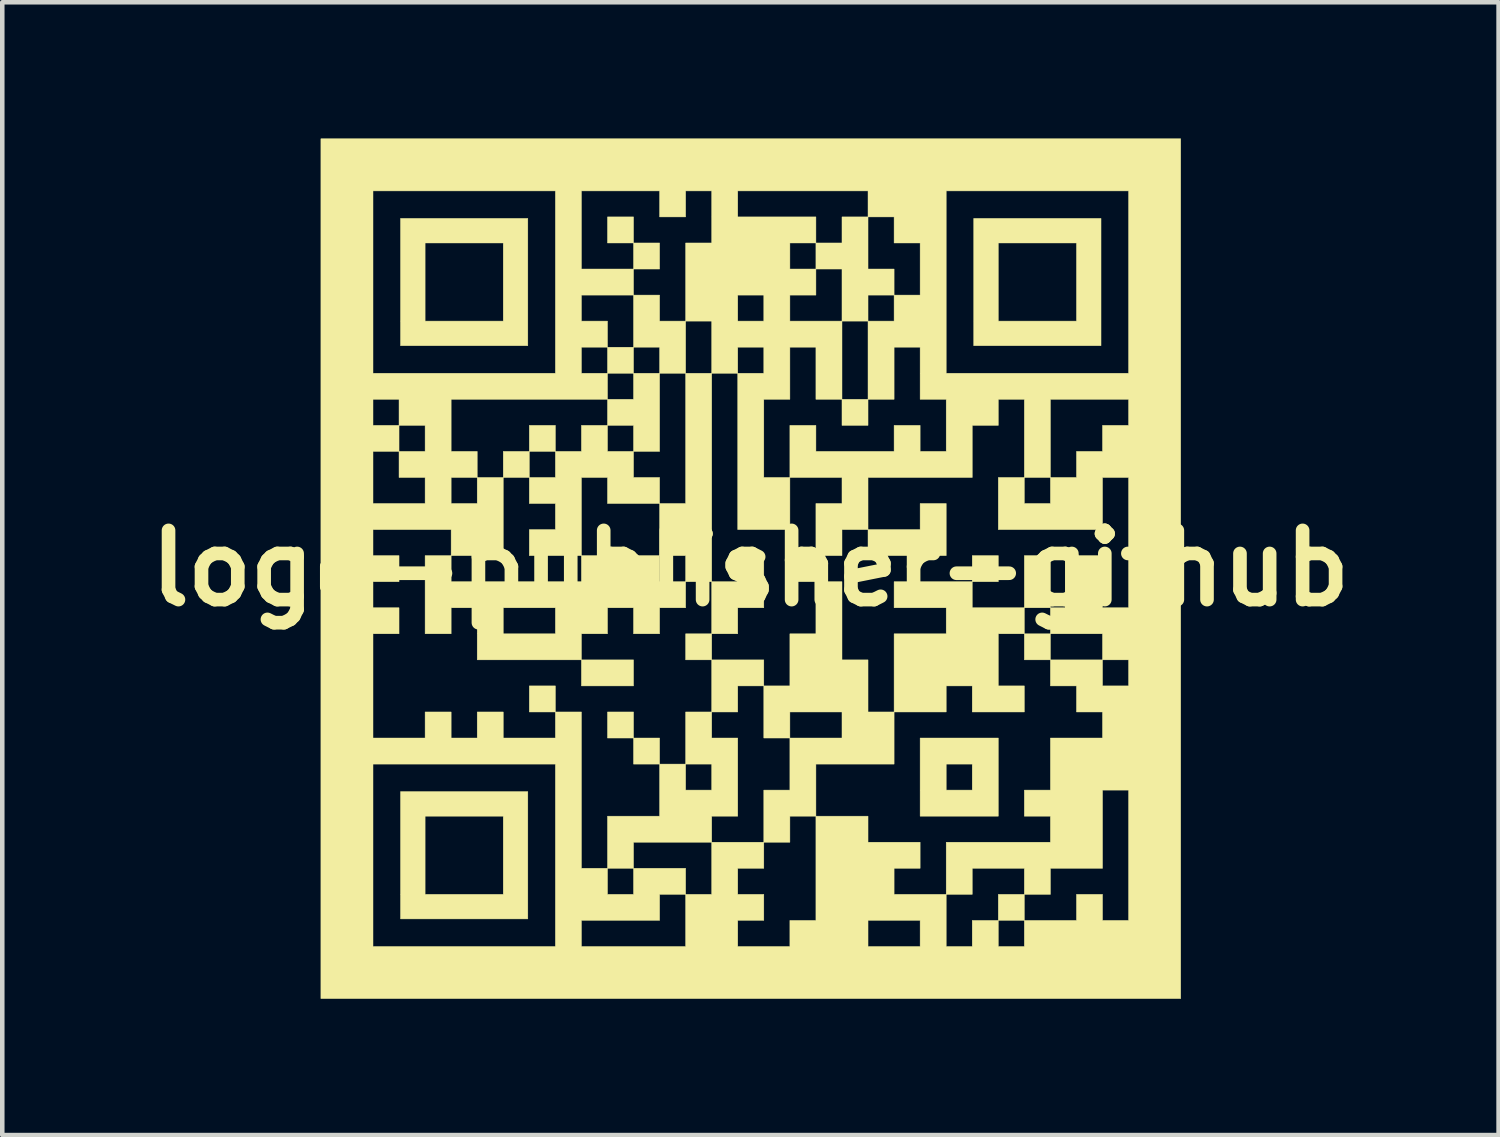
<source format=kicad_pcb>
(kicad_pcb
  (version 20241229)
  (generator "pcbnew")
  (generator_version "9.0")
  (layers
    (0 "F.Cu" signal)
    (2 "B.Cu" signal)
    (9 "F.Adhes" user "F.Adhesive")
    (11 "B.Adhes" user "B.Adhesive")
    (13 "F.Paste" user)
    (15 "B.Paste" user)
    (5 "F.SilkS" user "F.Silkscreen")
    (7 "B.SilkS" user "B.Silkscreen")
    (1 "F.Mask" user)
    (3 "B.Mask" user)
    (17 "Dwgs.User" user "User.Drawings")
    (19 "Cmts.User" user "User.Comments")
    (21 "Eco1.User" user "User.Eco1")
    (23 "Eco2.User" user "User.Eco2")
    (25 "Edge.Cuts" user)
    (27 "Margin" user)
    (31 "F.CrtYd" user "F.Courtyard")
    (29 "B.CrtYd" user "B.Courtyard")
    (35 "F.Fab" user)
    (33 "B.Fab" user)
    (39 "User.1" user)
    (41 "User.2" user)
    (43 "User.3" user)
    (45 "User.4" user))
  (footprint "logo-publisher-github"
    (layer "F.Cu")
    (at 13.469 9.46)
    (property "Reference" "logo-publisher-github" (at 0 0 0) (layer "F.SilkS") (effects (font (size 1.524 1.524) (thickness 0.3))))
    (attr through_hole)
    (fp_poly (pts (xy -4.293 3.163) (xy -4.867 3.163) (xy -4.867 2.589) (xy -4.293 2.589) (xy -4.293 3.163)) (stroke (width 0.01) (type solid)) (fill yes) (layer "F.SilkS"))
    (fp_poly (pts (xy -2.573 -7.161) (xy -3.146 -7.161) (xy -3.146 -7.735) (xy -2.573 -7.735) (xy -2.573 -7.161)) (stroke (width 0.01) (type solid)) (fill yes) (layer "F.SilkS"))
    (fp_poly (pts (xy -2.573 2.589) (xy -3.72 2.589) (xy -3.72 2.016) (xy -2.573 2.016) (xy -2.573 2.589)) (stroke (width 0.01) (type solid)) (fill yes) (layer "F.SilkS"))
    (fp_poly (pts (xy -2.573 3.736) (xy -3.146 3.736) (xy -3.146 3.163) (xy -2.573 3.163) (xy -2.573 3.736)) (stroke (width 0.01) (type solid)) (fill yes) (layer "F.SilkS"))
    (fp_poly (pts (xy -1.999 -6.588) (xy -2.573 -6.588) (xy -2.573 -7.161) (xy -1.999 -7.161) (xy -1.999 -6.588)) (stroke (width 0.01) (type solid)) (fill yes) (layer "F.SilkS"))
    (fp_poly (pts (xy -1.999 4.31) (xy -2.573 4.31) (xy -2.573 3.736) (xy -1.999 3.736) (xy -1.999 4.31)) (stroke (width 0.01) (type solid)) (fill yes) (layer "F.SilkS"))
    (fp_poly (pts (xy -0.852 2.016) (xy -1.426 2.016) (xy -1.426 1.442) (xy -0.852 1.442) (xy -0.852 2.016)) (stroke (width 0.01) (type solid)) (fill yes) (layer "F.SilkS"))
    (fp_poly (pts (xy 1.442 0.295) (xy 0.869 0.295) (xy 0.869 -0.279) (xy 1.442 -0.279) (xy 1.442 0.295)) (stroke (width 0.01) (type solid)) (fill yes) (layer "F.SilkS"))
    (fp_poly (pts (xy 2.589 -3.146) (xy 2.016 -3.146) (xy 2.016 -3.72) (xy 2.589 -3.72) (xy 2.589 -3.146)) (stroke (width 0.01) (type solid)) (fill yes) (layer "F.SilkS"))
    (fp_poly (pts (xy 5.457 0.295) (xy 4.883 0.295) (xy 4.883 -0.279) (xy 5.457 -0.279) (xy 5.457 0.295)) (stroke (width 0.01) (type solid)) (fill yes) (layer "F.SilkS"))
    (fp_poly (pts (xy 6.03 7.751) (xy 5.457 7.751) (xy 5.457 7.178) (xy 6.03 7.178) (xy 6.03 7.751)) (stroke (width 0.01) (type solid)) (fill yes) (layer "F.SilkS"))
    (fp_poly (pts (xy 6.604 0.869) (xy 6.03 0.869) (xy 6.03 -0.279) (xy 6.604 -0.279) (xy 6.604 0.869)) (stroke (width 0.01) (type solid)) (fill yes) (layer "F.SilkS"))
    (fp_poly (pts (xy 6.604 2.016) (xy 6.03 2.016) (xy 6.03 1.442) (xy 6.604 1.442) (xy 6.604 2.016)) (stroke (width 0.01) (type solid)) (fill yes) (layer "F.SilkS"))
    (fp_poly (pts (xy 0.295 2.589) (xy -0.279 2.589) (xy -0.279 3.163) (xy -0.852 3.163) (xy -0.852 2.016) (xy 0.295 2.016) (xy 0.295 2.589)) (stroke (width 0.01) (type solid)) (fill yes) (layer "F.SilkS"))
    (fp_poly (pts (xy 4.31 -0.279) (xy 2.589 -0.279) (xy 2.589 -0.852) (xy 3.736 -0.852) (xy 3.736 -1.426) (xy 4.31 -1.426) (xy 4.31 -0.279)) (stroke (width 0.01) (type solid)) (fill yes) (layer "F.SilkS"))
    (fp_poly (pts (xy 0.295 0.869) (xy -0.279 0.869) (xy -0.279 1.442) (xy -0.852 1.442) (xy -0.852 0.295) (xy -0.279 0.295) (xy -0.279 -0.279) (xy 0.295 -0.279) (xy 0.295 0.869)) (stroke (width 0.01) (type solid)) (fill yes) (layer "F.SilkS"))
    (fp_poly (pts (xy -4.9 -4.9) (xy -7.702 -4.9) (xy -7.702 -7.161) (xy -7.161 -7.161) (xy -7.161 -5.441) (xy -5.441 -5.441) (xy -5.441 -7.161) (xy -7.161 -7.161) (xy -7.702 -7.161) (xy -7.702 -7.702) (xy -4.9 -7.702) (xy -4.9 -4.9)) (stroke (width 0.01) (type solid)) (fill yes) (layer "F.SilkS"))
    (fp_poly (pts (xy -4.9 7.718) (xy -7.702 7.718) (xy -7.702 5.457) (xy -7.161 5.457) (xy -7.161 7.178) (xy -5.441 7.178) (xy -5.441 5.457) (xy -7.161 5.457) (xy -7.702 5.457) (xy -7.702 4.916) (xy -4.9 4.916) (xy -4.9 7.718)) (stroke (width 0.01) (type solid)) (fill yes) (layer "F.SilkS"))
    (fp_poly (pts (xy 5.457 5.457) (xy 3.736 5.457) (xy 3.736 4.31) (xy 4.31 4.31) (xy 4.31 4.883) (xy 4.883 4.883) (xy 4.883 4.31) (xy 4.31 4.31) (xy 3.736 4.31) (xy 3.736 3.736) (xy 5.457 3.736) (xy 5.457 5.457)) (stroke (width 0.01) (type solid)) (fill yes) (layer "F.SilkS"))
    (fp_poly (pts (xy 7.718 -4.9) (xy 4.916 -4.9) (xy 4.916 -7.161) (xy 5.457 -7.161) (xy 5.457 -5.441) (xy 7.178 -5.441) (xy 7.178 -7.161) (xy 5.457 -7.161) (xy 4.916 -7.161) (xy 4.916 -7.702) (xy 7.718 -7.702) (xy 7.718 -4.9)) (stroke (width 0.01) (type solid)) (fill yes) (layer "F.SilkS"))
    (fp_poly (pts (xy 2.589 -6.588) (xy 3.163 -6.588) (xy 3.163 -6.014) (xy 2.589 -6.014) (xy 2.589 -5.441) (xy 2.016 -5.441) (xy 2.016 -6.588) (xy 1.442 -6.588) (xy 1.442 -7.161) (xy 2.016 -7.161) (xy 2.016 -7.735) (xy 2.589 -7.735) (xy 2.589 -6.588)) (stroke (width 0.01) (type solid)) (fill yes) (layer "F.SilkS"))
    (fp_poly (pts (xy -0.852 3.736) (xy -0.279 3.736) (xy -0.279 5.457) (xy -0.852 5.457) (xy -0.852 6.03) (xy -2.573 6.03) (xy -2.573 6.604) (xy -3.146 6.604) (xy -3.146 5.457) (xy -1.999 5.457) (xy -1.999 4.31) (xy -1.426 4.31) (xy -1.426 4.883) (xy -0.852 4.883) (xy -0.852 4.31) (xy -1.426 4.31) (xy -1.426 3.163) (xy -0.852 3.163) (xy -0.852 3.736)) (stroke (width 0.01) (type solid)) (fill yes) (layer "F.SilkS"))
    (fp_poly (pts (xy 4.883 0.869) (xy 6.03 0.869) (xy 6.03 1.442) (xy 5.457 1.442) (xy 5.457 2.589) (xy 6.03 2.589) (xy 6.03 3.163) (xy 4.883 3.163) (xy 4.883 2.589) (xy 4.31 2.589) (xy 4.31 3.163) (xy 3.163 3.163) (xy 3.163 1.442) (xy 4.31 1.442) (xy 4.31 0.869) (xy 3.163 0.869) (xy 3.163 0.295) (xy 4.883 0.295) (xy 4.883 0.869)) (stroke (width 0.01) (type solid)) (fill yes) (layer "F.SilkS"))
    (fp_poly (pts (xy 2.016 2.016) (xy 2.589 2.016) (xy 2.589 3.163) (xy 3.163 3.163) (xy 3.163 4.31) (xy 1.442 4.31) (xy 1.442 5.457) (xy 0.869 5.457) (xy 0.869 6.03) (xy 0.295 6.03) (xy 0.295 4.883) (xy 0.869 4.883) (xy 0.869 3.736) (xy 0.295 3.736) (xy 0.295 3.163) (xy 0.869 3.163) (xy 0.869 3.736) (xy 2.016 3.736) (xy 2.016 3.163) (xy 0.869 3.163) (xy 0.295 3.163) (xy 0.295 2.589) (xy 0.869 2.589) (xy 0.869 1.442) (xy 1.442 1.442) (xy 1.442 0.295) (xy 2.016 0.295) (xy 2.016 2.016)) (stroke (width 0.01) (type solid)) (fill yes) (layer "F.SilkS"))
    (fp_poly (pts (xy -0.852 -4.293) (xy -0.852 0.295) (xy -1.426 0.295) (xy -1.426 0.869) (xy -1.999 0.869) (xy -1.999 1.442) (xy -2.573 1.442) (xy -2.573 0.869) (xy -3.146 0.869) (xy -3.146 1.442) (xy -3.72 1.442) (xy -3.72 2.016) (xy -6.014 2.016) (xy -6.014 0.869) (xy -5.441 0.869) (xy -5.441 1.442) (xy -4.293 1.442) (xy -4.293 0.869) (xy -5.441 0.869) (xy -6.014 0.869) (xy -6.588 0.869) (xy -6.588 1.442) (xy -7.161 1.442) (xy -7.161 -0.279) (xy -6.588 -0.279) (xy -6.588 0.295) (xy -3.72 0.295) (xy -3.72 -0.279) (xy -4.867 -0.279) (xy -4.867 -0.852) (xy -4.293 -0.852) (xy -4.293 -1.426) (xy -4.867 -1.426) (xy -4.867 -1.999) (xy -5.441 -1.999) (xy -5.441 -2.573) (xy -4.867 -2.573) (xy -4.867 -1.999) (xy -4.293 -1.999) (xy -3.72 -1.999) (xy -3.72 -0.279) (xy -1.999 -0.279) (xy -1.999 0.295) (xy -1.426 0.295) (xy -1.426 -0.279) (xy -1.999 -0.279) (xy -1.999 -1.426) (xy -3.146 -1.426) (xy -3.146 -1.999) (xy -3.72 -1.999) (xy -4.293 -1.999) (xy -4.293 -2.573) (xy -4.867 -2.573) (xy -4.867 -3.146) (xy -4.293 -3.146) (xy -4.293 -2.573) (xy -3.72 -2.573) (xy -3.72 -3.146) (xy -3.146 -3.146) (xy -3.146 -2.573) (xy -2.573 -2.573) (xy -2.573 -1.999) (xy -1.999 -1.999) (xy -1.999 -1.426) (xy -1.426 -1.426) (xy -1.426 -4.293) (xy -1.999 -4.293) (xy -1.999 -2.573) (xy -2.573 -2.573) (xy -2.573 -3.146) (xy -3.146 -3.146) (xy -3.146 -3.72) (xy -2.573 -3.72) (xy -2.573 -4.293) (xy -3.146 -4.293) (xy -3.146 -4.867) (xy -2.573 -4.867) (xy -2.573 -4.293) (xy -1.999 -4.293) (xy -1.999 -4.867) (xy -2.573 -4.867) (xy -2.573 -6.014) (xy -1.999 -6.014) (xy -1.999 -5.441) (xy -1.426 -5.441) (xy -1.426 -4.293) (xy -0.852 -4.293)) (stroke (width 0.01) (type solid)) (fill yes) (layer "F.SilkS"))
    (fp_poly (pts (xy 9.472 9.472) (xy -9.455 9.472) (xy -9.455 4.31) (xy -8.308 4.31) (xy -8.308 8.325) (xy -4.293 8.325) (xy -4.293 7.751) (xy -3.72 7.751) (xy -3.72 8.325) (xy -1.426 8.325) (xy -1.426 7.178) (xy -1.999 7.178) (xy -1.999 7.751) (xy -3.72 7.751) (xy -4.293 7.751) (xy -4.293 4.31) (xy -8.308 4.31) (xy -9.455 4.31) (xy -9.455 -0.852) (xy -8.308 -0.852) (xy -8.308 -0.279) (xy -7.735 -0.279) (xy -7.735 0.295) (xy -8.308 0.295) (xy -8.308 0.869) (xy -7.735 0.869) (xy -7.735 1.442) (xy -8.308 1.442) (xy -8.308 3.736) (xy -7.161 3.736) (xy -7.161 3.163) (xy -6.588 3.163) (xy -6.588 3.736) (xy -6.014 3.736) (xy -6.014 3.163) (xy -5.441 3.163) (xy -5.441 3.736) (xy -4.293 3.736) (xy -4.293 3.163) (xy -3.72 3.163) (xy -3.72 6.604) (xy -3.146 6.604) (xy -3.146 7.178) (xy -2.573 7.178) (xy -2.573 6.604) (xy -1.426 6.604) (xy -1.426 7.178) (xy -0.852 7.178) (xy -0.852 6.03) (xy 0.295 6.03) (xy 0.295 6.604) (xy -0.279 6.604) (xy -0.279 7.178) (xy 0.295 7.178) (xy 0.295 7.751) (xy -0.279 7.751) (xy -0.279 8.325) (xy 0.869 8.325) (xy 0.869 7.751) (xy 1.442 7.751) (xy 2.589 7.751) (xy 2.589 8.325) (xy 3.736 8.325) (xy 3.736 7.751) (xy 2.589 7.751) (xy 1.442 7.751) (xy 1.442 5.457) (xy 2.589 5.457) (xy 2.589 6.03) (xy 3.736 6.03) (xy 3.736 6.604) (xy 3.163 6.604) (xy 3.163 7.178) (xy 4.31 7.178) (xy 4.31 8.325) (xy 4.883 8.325) (xy 4.883 7.751) (xy 5.457 7.751) (xy 5.457 8.325) (xy 6.03 8.325) (xy 6.03 7.751) (xy 7.178 7.751) (xy 7.178 7.178) (xy 7.751 7.178) (xy 7.751 7.751) (xy 8.325 7.751) (xy 8.325 4.883) (xy 7.751 4.883) (xy 7.751 6.604) (xy 6.604 6.604) (xy 6.604 7.178) (xy 6.03 7.178) (xy 6.03 6.604) (xy 4.883 6.604) (xy 4.883 7.178) (xy 4.31 7.178) (xy 4.31 6.03) (xy 6.604 6.03) (xy 6.604 5.457) (xy 6.03 5.457) (xy 6.03 4.883) (xy 6.604 4.883) (xy 6.604 3.736) (xy 7.751 3.736) (xy 7.751 3.163) (xy 7.178 3.163) (xy 7.178 2.589) (xy 6.604 2.589) (xy 6.604 2.016) (xy 7.751 2.016) (xy 7.751 2.589) (xy 8.325 2.589) (xy 8.325 2.016) (xy 7.751 2.016) (xy 7.751 1.442) (xy 6.604 1.442) (xy 6.604 0.869) (xy 7.178 0.869) (xy 7.178 -0.279) (xy 7.751 -0.279) (xy 7.751 0.869) (xy 8.325 0.869) (xy 8.325 -1.999) (xy 7.751 -1.999) (xy 7.751 -0.852) (xy 5.457 -0.852) (xy 5.457 -1.999) (xy 6.03 -1.999) (xy 6.03 -1.426) (xy 6.604 -1.426) (xy 6.604 -1.999) (xy 6.03 -1.999) (xy 6.03 -3.72) (xy 6.604 -3.72) (xy 6.604 -1.999) (xy 7.178 -1.999) (xy 7.178 -2.573) (xy 7.751 -2.573) (xy 7.751 -3.146) (xy 8.325 -3.146) (xy 8.325 -3.72) (xy 6.604 -3.72) (xy 6.03 -3.72) (xy 5.457 -3.72) (xy 5.457 -3.146) (xy 4.883 -3.146) (xy 4.883 -1.999) (xy 2.589 -1.999) (xy 2.589 -0.852) (xy 2.016 -0.852) (xy 2.016 -0.279) (xy 1.442 -0.279) (xy 1.442 -1.426) (xy 2.016 -1.426) (xy 2.016 -1.999) (xy 0.869 -1.999) (xy 0.869 -0.852) (xy -0.279 -0.852) (xy -0.279 -4.293) (xy -0.852 -4.293) (xy -0.852 -4.867) (xy -0.279 -4.867) (xy -0.279 -4.293) (xy 0.295 -4.293) (xy 0.295 -4.867) (xy -0.279 -4.867) (xy -0.852 -4.867) (xy -0.852 -5.441) (xy -1.426 -5.441) (xy -1.426 -6.014) (xy -0.279 -6.014) (xy -0.279 -5.441) (xy 0.295 -5.441) (xy 0.295 -6.014) (xy -0.279 -6.014) (xy -1.426 -6.014) (xy -1.426 -7.161) (xy -0.852 -7.161) (xy -0.852 -8.308) (xy -0.279 -8.308) (xy -0.279 -7.735) (xy 1.442 -7.735) (xy 1.442 -7.161) (xy 0.869 -7.161) (xy 0.869 -6.588) (xy 1.442 -6.588) (xy 1.442 -6.014) (xy 0.869 -6.014) (xy 0.869 -5.441) (xy 2.016 -5.441) (xy 2.016 -3.72) (xy 1.442 -3.72) (xy 1.442 -4.867) (xy 0.869 -4.867) (xy 0.869 -3.72) (xy 0.295 -3.72) (xy 0.295 -1.999) (xy 0.869 -1.999) (xy 0.869 -3.146) (xy 1.442 -3.146) (xy 1.442 -2.573) (xy 3.163 -2.573) (xy 3.163 -3.146) (xy 3.736 -3.146) (xy 3.736 -2.573) (xy 4.31 -2.573) (xy 4.31 -3.72) (xy 3.736 -3.72) (xy 3.736 -4.867) (xy 3.163 -4.867) (xy 3.163 -3.72) (xy 2.589 -3.72) (xy 2.589 -5.441) (xy 3.163 -5.441) (xy 3.163 -6.014) (xy 3.736 -6.014) (xy 3.736 -7.161) (xy 3.163 -7.161) (xy 3.163 -7.735) (xy 2.589 -7.735) (xy 2.589 -8.308) (xy 4.31 -8.308) (xy 4.31 -4.293) (xy 8.325 -4.293) (xy 8.325 -8.308) (xy 4.31 -8.308) (xy 2.589 -8.308) (xy -0.279 -8.308) (xy -0.852 -8.308) (xy -1.426 -8.308) (xy -1.426 -7.735) (xy -1.999 -7.735) (xy -1.999 -8.308) (xy -3.72 -8.308) (xy -3.72 -6.588) (xy -2.573 -6.588) (xy -2.573 -6.014) (xy -3.72 -6.014) (xy -3.72 -5.441) (xy -3.146 -5.441) (xy -3.146 -4.867) (xy -3.72 -4.867) (xy -3.72 -4.293) (xy -3.146 -4.293) (xy -3.146 -3.72) (xy -6.588 -3.72) (xy -6.588 -2.573) (xy -6.014 -2.573) (xy -6.014 -1.999) (xy -5.441 -1.999) (xy -5.441 -0.279) (xy -6.588 -0.279) (xy -6.588 -0.852) (xy -8.308 -0.852) (xy -9.455 -0.852) (xy -9.455 -2.573) (xy -8.308 -2.573) (xy -8.308 -1.426) (xy -7.161 -1.426) (xy -7.161 -1.999) (xy -6.588 -1.999) (xy -6.588 -1.426) (xy -6.014 -1.426) (xy -6.014 -1.999) (xy -6.588 -1.999) (xy -7.161 -1.999) (xy -7.735 -1.999) (xy -7.735 -2.573) (xy -8.308 -2.573) (xy -9.455 -2.573) (xy -9.455 -3.72) (xy -8.308 -3.72) (xy -8.308 -3.146) (xy -7.735 -3.146) (xy -7.735 -2.573) (xy -7.161 -2.573) (xy -7.161 -3.146) (xy -7.735 -3.146) (xy -7.735 -3.72) (xy -8.308 -3.72) (xy -9.455 -3.72) (xy -9.455 -8.308) (xy -8.308 -8.308) (xy -8.308 -4.293) (xy -4.293 -4.293) (xy -4.293 -8.308) (xy -8.308 -8.308) (xy -9.455 -8.308) (xy -9.455 -9.455) (xy 9.472 -9.455) (xy 9.472 9.472)) (stroke (width 0.01) (type solid)) (fill yes) (layer "F.SilkS")))
  (gr_rect
    (start -3 -3)
    (end 29.939 21.937)
    (stroke (width 0.1) (type default))
    (fill no)
    (layer "Edge.Cuts")))
</source>
